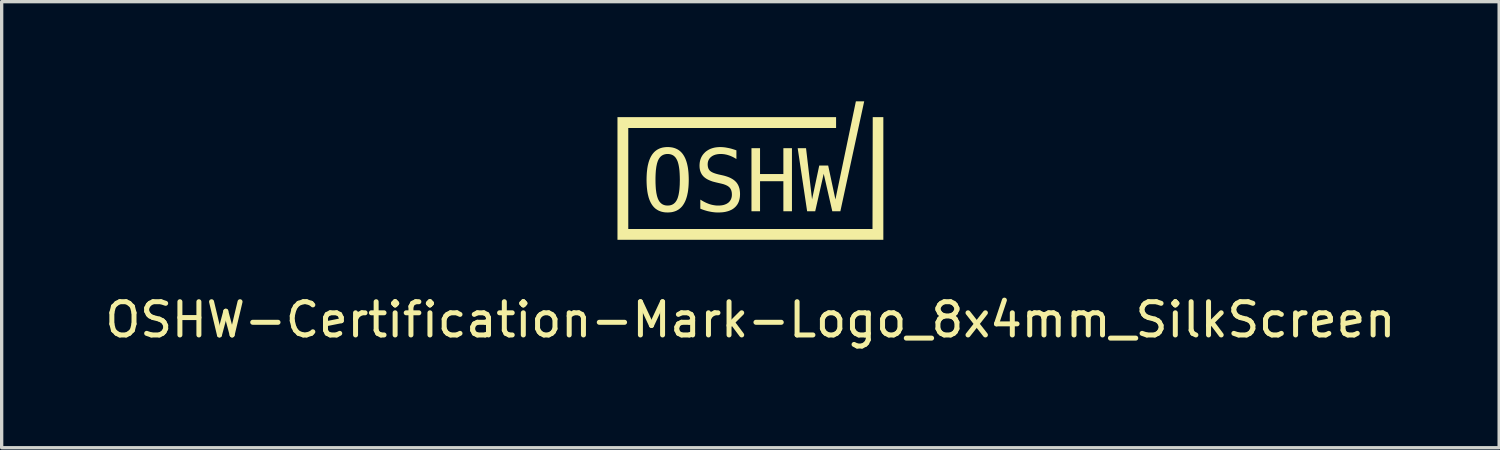
<source format=kicad_pcb>
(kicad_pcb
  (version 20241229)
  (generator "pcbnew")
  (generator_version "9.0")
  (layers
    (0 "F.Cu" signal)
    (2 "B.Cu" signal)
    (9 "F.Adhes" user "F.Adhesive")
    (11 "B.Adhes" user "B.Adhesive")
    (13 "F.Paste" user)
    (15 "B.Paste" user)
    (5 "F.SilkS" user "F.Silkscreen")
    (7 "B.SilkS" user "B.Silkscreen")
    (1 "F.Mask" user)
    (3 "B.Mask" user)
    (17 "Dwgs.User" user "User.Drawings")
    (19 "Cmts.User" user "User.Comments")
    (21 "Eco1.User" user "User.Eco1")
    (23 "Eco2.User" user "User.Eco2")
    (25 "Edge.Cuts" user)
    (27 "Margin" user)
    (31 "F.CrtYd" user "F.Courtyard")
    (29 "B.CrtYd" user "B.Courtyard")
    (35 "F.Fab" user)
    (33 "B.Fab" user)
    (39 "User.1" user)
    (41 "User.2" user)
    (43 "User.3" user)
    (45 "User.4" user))
  (footprint "OSHW-Certification-Mark-Logo_8x4mm_SilkScreen"
    (layer "F.Cu")
    (at 19.53 2.074)
    (property "Reference" "OSHW-Certification-Mark-Logo_8x4mm_SilkScreen" (at 0 4.5 0) (unlocked yes) (layer "F.SilkS") (effects (font (size 1 1) (thickness 0.15))))
    (attr board_only exclude_from_pos_files exclude_from_bom allow_missing_courtyard)
    (fp_poly (pts (xy -1.855 0.286) (xy -1.855 0.286) (xy -1.855 0.286)) (stroke (width 0) (type solid)) (fill yes) (layer "F.SilkS"))
    (fp_poly (pts (xy -0.421 -0.6) (xy -0.421 -0.6) (xy -0.421 -0.6)) (stroke (width 0) (type solid)) (fill yes) (layer "F.SilkS"))
    (fp_poly (pts (xy 4 2.091) (xy -4 2.091) (xy -4 -1.599) (xy 2.578 -1.599) (xy 2.578 -1.273) (xy -3.675 -1.273) (xy -3.675 1.766) (xy 3.674 1.766) (xy 3.681 -1.599) (xy 4 -1.599)) (stroke (width 0) (type solid)) (fill yes) (layer "F.SilkS"))
    (fp_poly (pts (xy 0.29 0.113) (xy 0.992 0.113) (xy 0.992 -0.665) (xy 1.25 -0.665) (xy 1.25 1.233) (xy 0.992 1.233) (xy 0.992 0.329) (xy 0.29 0.329) (xy 0.29 1.233) (xy 0.032 1.233) (xy 0.032 -0.665) (xy 0.29 -0.665)) (stroke (width 0) (type solid)) (fill yes) (layer "F.SilkS"))
    (fp_poly (pts (xy 2.707 1.233) (xy 2.464 1.233) (xy 2.206 0.105) (xy 1.95 1.233) (xy 1.707 1.233) (xy 1.423 -0.665) (xy 1.674 -0.665) (xy 1.855 0.875) (xy 2.072 -0.144) (xy 2.34 -0.144) (xy 2.558 0.878) (xy 3.174 -2.074) (xy 3.424 -2.074)) (stroke (width 0) (type solid)) (fill yes) (layer "F.SilkS"))
    (fp_poly (pts (xy -2.451 -0.698) (xy -2.413 -0.695) (xy -2.376 -0.69) (xy -2.34 -0.684) (xy -2.306 -0.675) (xy -2.273 -0.665) (xy -2.241 -0.652) (xy -2.21 -0.638) (xy -2.181 -0.622) (xy -2.153 -0.604) (xy -2.127 -0.584) (xy -2.101 -0.562) (xy -2.077 -0.538) (xy -2.054 -0.512) (xy -2.033 -0.485) (xy -2.013 -0.455) (xy -1.994 -0.424) (xy -1.976 -0.39) (xy -1.959 -0.355) (xy -1.944 -0.317) (xy -1.93 -0.278) (xy -1.917 -0.236) (xy -1.905 -0.193) (xy -1.895 -0.148) (xy -1.885 -0.101) (xy -1.877 -0.051) (xy -1.871 -0.000033) (xy -1.865 0.053) (xy -1.861 0.108) (xy -1.858 0.166) (xy -1.856 0.225) (xy -1.855 0.286) (xy -1.856 0.347) (xy -1.858 0.406) (xy -1.861 0.463) (xy -1.865 0.518) (xy -1.871 0.571) (xy -1.877 0.622) (xy -1.885 0.671) (xy -1.895 0.718) (xy -1.905 0.764) (xy -1.917 0.807) (xy -1.93 0.848) (xy -1.944 0.888) (xy -1.959 0.925) (xy -1.976 0.96) (xy -1.994 0.994) (xy -2.013 1.025) (xy -2.023 1.04) (xy -2.033 1.055) (xy -2.044 1.069) (xy -2.054 1.083) (xy -2.066 1.096) (xy -2.077 1.108) (xy -2.089 1.12) (xy -2.101 1.132) (xy -2.114 1.143) (xy -2.127 1.154) (xy -2.14 1.164) (xy -2.153 1.174) (xy -2.167 1.183) (xy -2.181 1.192) (xy -2.196 1.2) (xy -2.21 1.208) (xy -2.225 1.216) (xy -2.241 1.223) (xy -2.257 1.229) (xy -2.273 1.235) (xy -2.289 1.24) (xy -2.306 1.245) (xy -2.323 1.25) (xy -2.34 1.254) (xy -2.358 1.258) (xy -2.376 1.261) (xy -2.413 1.265) (xy -2.451 1.268) (xy -2.491 1.269) (xy -2.53 1.268) (xy -2.568 1.266) (xy -2.605 1.261) (xy -2.641 1.254) (xy -2.675 1.246) (xy -2.708 1.235) (xy -2.74 1.223) (xy -2.771 1.209) (xy -2.8 1.192) (xy -2.828 1.174) (xy -2.855 1.155) (xy -2.88 1.133) (xy -2.904 1.109) (xy -2.927 1.083) (xy -2.948 1.056) (xy -2.968 1.027) (xy -2.987 0.995) (xy -3.005 0.962) (xy -3.021 0.927) (xy -3.037 0.889) (xy -3.051 0.85) (xy -3.064 0.809) (xy -3.075 0.765) (xy -3.086 0.72) (xy -3.095 0.673) (xy -3.103 0.623) (xy -3.109 0.572) (xy -3.115 0.519) (xy -3.119 0.464) (xy -3.122 0.406) (xy -3.124 0.347) (xy -3.125 0.286) (xy -2.856 0.286) (xy -2.855 0.386) (xy -2.851 0.479) (xy -2.845 0.565) (xy -2.835 0.643) (xy -2.83 0.679) (xy -2.823 0.714) (xy -2.816 0.747) (xy -2.809 0.777) (xy -2.8 0.806) (xy -2.791 0.833) (xy -2.782 0.858) (xy -2.771 0.882) (xy -2.76 0.903) (xy -2.754 0.914) (xy -2.748 0.924) (xy -2.742 0.933) (xy -2.735 0.943) (xy -2.728 0.952) (xy -2.721 0.96) (xy -2.714 0.968) (xy -2.707 0.976) (xy -2.699 0.984) (xy -2.691 0.991) (xy -2.683 0.998) (xy -2.675 1.004) (xy -2.667 1.01) (xy -2.658 1.016) (xy -2.649 1.022) (xy -2.64 1.027) (xy -2.631 1.031) (xy -2.621 1.036) (xy -2.611 1.04) (xy -2.602 1.043) (xy -2.591 1.047) (xy -2.581 1.05) (xy -2.57 1.052) (xy -2.56 1.055) (xy -2.549 1.057) (xy -2.537 1.058) (xy -2.526 1.059) (xy -2.514 1.06) (xy -2.491 1.061) (xy -2.467 1.06) (xy -2.443 1.058) (xy -2.421 1.055) (xy -2.4 1.05) (xy -2.379 1.044) (xy -2.359 1.036) (xy -2.34 1.027) (xy -2.322 1.016) (xy -2.305 1.005) (xy -2.289 0.991) (xy -2.274 0.977) (xy -2.259 0.961) (xy -2.246 0.943) (xy -2.233 0.925) (xy -2.221 0.905) (xy -2.21 0.883) (xy -2.199 0.86) (xy -2.189 0.834) (xy -2.18 0.807) (xy -2.172 0.778) (xy -2.164 0.748) (xy -2.157 0.715) (xy -2.151 0.681) (xy -2.145 0.644) (xy -2.14 0.606) (xy -2.135 0.566) (xy -2.132 0.524) (xy -2.129 0.48) (xy -2.126 0.434) (xy -2.125 0.387) (xy -2.124 0.337) (xy -2.123 0.286) (xy -2.125 0.185) (xy -2.129 0.092) (xy -2.135 0.006) (xy -2.145 -0.073) (xy -2.151 -0.109) (xy -2.157 -0.143) (xy -2.164 -0.176) (xy -2.172 -0.207) (xy -2.18 -0.236) (xy -2.189 -0.263) (xy -2.199 -0.288) (xy -2.21 -0.311) (xy -2.221 -0.333) (xy -2.227 -0.343) (xy -2.233 -0.353) (xy -2.239 -0.363) (xy -2.246 -0.372) (xy -2.252 -0.381) (xy -2.259 -0.39) (xy -2.266 -0.398) (xy -2.274 -0.406) (xy -2.281 -0.413) (xy -2.289 -0.421) (xy -2.297 -0.427) (xy -2.305 -0.434) (xy -2.314 -0.44) (xy -2.322 -0.446) (xy -2.331 -0.451) (xy -2.34 -0.456) (xy -2.35 -0.461) (xy -2.359 -0.465) (xy -2.369 -0.469) (xy -2.379 -0.473) (xy -2.389 -0.476) (xy -2.4 -0.479) (xy -2.41 -0.482) (xy -2.421 -0.484) (xy -2.432 -0.486) (xy -2.443 -0.488) (xy -2.455 -0.489) (xy -2.467 -0.49) (xy -2.491 -0.491) (xy -2.514 -0.49) (xy -2.537 -0.488) (xy -2.56 -0.484) (xy -2.581 -0.479) (xy -2.601 -0.473) (xy -2.621 -0.465) (xy -2.64 -0.456) (xy -2.658 -0.446) (xy -2.675 -0.434) (xy -2.691 -0.421) (xy -2.707 -0.406) (xy -2.721 -0.39) (xy -2.735 -0.372) (xy -2.748 -0.353) (xy -2.76 -0.333) (xy -2.771 -0.311) (xy -2.782 -0.288) (xy -2.791 -0.263) (xy -2.8 -0.236) (xy -2.809 -0.207) (xy -2.816 -0.176) (xy -2.823 -0.143) (xy -2.83 -0.109) (xy -2.835 -0.073) (xy -2.84 -0.034) (xy -2.845 0.006) (xy -2.848 0.048) (xy -2.851 0.092) (xy -2.853 0.137) (xy -2.855 0.185) (xy -2.856 0.234) (xy -2.856 0.286) (xy -3.125 0.286) (xy -3.125 0.286) (xy -3.124 0.225) (xy -3.122 0.166) (xy -3.119 0.108) (xy -3.115 0.053) (xy -3.109 -0.000033) (xy -3.103 -0.051) (xy -3.095 -0.101) (xy -3.086 -0.148) (xy -3.075 -0.193) (xy -3.064 -0.236) (xy -3.051 -0.278) (xy -3.037 -0.317) (xy -3.021 -0.355) (xy -3.005 -0.39) (xy -2.987 -0.424) (xy -2.968 -0.455) (xy -2.958 -0.47) (xy -2.948 -0.485) (xy -2.937 -0.499) (xy -2.926 -0.512) (xy -2.915 -0.525) (xy -2.904 -0.538) (xy -2.892 -0.55) (xy -2.879 -0.562) (xy -2.867 -0.573) (xy -2.854 -0.584) (xy -2.841 -0.594) (xy -2.827 -0.604) (xy -2.813 -0.613) (xy -2.799 -0.622) (xy -2.785 -0.63) (xy -2.77 -0.638) (xy -2.755 -0.645) (xy -2.74 -0.652) (xy -2.724 -0.659) (xy -2.708 -0.665) (xy -2.691 -0.67) (xy -2.675 -0.675) (xy -2.658 -0.68) (xy -2.64 -0.684) (xy -2.605 -0.69) (xy -2.568 -0.695) (xy -2.53 -0.698) (xy -2.491 -0.699)) (stroke (width 0) (type solid)) (fill yes) (layer "F.SilkS"))
    (fp_poly (pts (xy -0.878 -0.698) (xy -0.85 -0.697) (xy -0.822 -0.695) (xy -0.793 -0.692) (xy -0.765 -0.689) (xy -0.735 -0.684) (xy -0.706 -0.679) (xy -0.676 -0.673) (xy -0.645 -0.667) (xy -0.614 -0.66) (xy -0.583 -0.652) (xy -0.552 -0.643) (xy -0.52 -0.633) (xy -0.487 -0.623) (xy -0.455 -0.612) (xy -0.421 -0.6) (xy -0.421 -0.339) (xy -0.451 -0.357) (xy -0.48 -0.374) (xy -0.509 -0.39) (xy -0.539 -0.405) (xy -0.568 -0.418) (xy -0.598 -0.431) (xy -0.627 -0.442) (xy -0.657 -0.452) (xy -0.686 -0.461) (xy -0.715 -0.469) (xy -0.745 -0.475) (xy -0.774 -0.481) (xy -0.804 -0.485) (xy -0.833 -0.488) (xy -0.863 -0.49) (xy -0.893 -0.49) (xy -0.915 -0.49) (xy -0.937 -0.489) (xy -0.958 -0.487) (xy -0.979 -0.485) (xy -0.999 -0.482) (xy -1.018 -0.478) (xy -1.037 -0.474) (xy -1.056 -0.469) (xy -1.073 -0.463) (xy -1.09 -0.457) (xy -1.107 -0.45) (xy -1.123 -0.442) (xy -1.138 -0.434) (xy -1.153 -0.425) (xy -1.167 -0.415) (xy -1.18 -0.405) (xy -1.193 -0.394) (xy -1.205 -0.383) (xy -1.216 -0.372) (xy -1.226 -0.359) (xy -1.236 -0.347) (xy -1.244 -0.334) (xy -1.252 -0.32) (xy -1.259 -0.306) (xy -1.265 -0.292) (xy -1.271 -0.277) (xy -1.275 -0.262) (xy -1.279 -0.246) (xy -1.282 -0.229) (xy -1.284 -0.213) (xy -1.285 -0.195) (xy -1.286 -0.178) (xy -1.285 -0.162) (xy -1.284 -0.147) (xy -1.283 -0.133) (xy -1.281 -0.119) (xy -1.279 -0.105) (xy -1.276 -0.092) (xy -1.272 -0.079) (xy -1.268 -0.067) (xy -1.264 -0.055) (xy -1.259 -0.044) (xy -1.253 -0.033) (xy -1.247 -0.023) (xy -1.24 -0.013) (xy -1.233 -0.003) (xy -1.225 0.006) (xy -1.217 0.014) (xy -1.208 0.022) (xy -1.198 0.03) (xy -1.187 0.038) (xy -1.175 0.046) (xy -1.162 0.053) (xy -1.148 0.061) (xy -1.133 0.068) (xy -1.117 0.075) (xy -1.101 0.082) (xy -1.083 0.088) (xy -1.064 0.095) (xy -1.045 0.101) (xy -1.025 0.107) (xy -1.003 0.113) (xy -0.981 0.119) (xy -0.958 0.125) (xy -0.823 0.155) (xy -0.79 0.163) (xy -0.759 0.172) (xy -0.728 0.181) (xy -0.699 0.191) (xy -0.67 0.201) (xy -0.643 0.212) (xy -0.617 0.223) (xy -0.592 0.235) (xy -0.569 0.248) (xy -0.546 0.261) (xy -0.525 0.274) (xy -0.504 0.289) (xy -0.485 0.303) (xy -0.467 0.319) (xy -0.45 0.335) (xy -0.434 0.351) (xy -0.419 0.368) (xy -0.406 0.386) (xy -0.393 0.404) (xy -0.381 0.424) (xy -0.37 0.444) (xy -0.36 0.465) (xy -0.351 0.486) (xy -0.343 0.508) (xy -0.336 0.532) (xy -0.329 0.555) (xy -0.324 0.58) (xy -0.32 0.605) (xy -0.317 0.631) (xy -0.314 0.658) (xy -0.313 0.686) (xy -0.312 0.714) (xy -0.313 0.748) (xy -0.315 0.78) (xy -0.318 0.811) (xy -0.323 0.842) (xy -0.329 0.871) (xy -0.336 0.899) (xy -0.344 0.927) (xy -0.354 0.953) (xy -0.365 0.978) (xy -0.378 1.003) (xy -0.391 1.026) (xy -0.407 1.048) (xy -0.423 1.069) (xy -0.441 1.09) (xy -0.46 1.109) (xy -0.48 1.127) (xy -0.502 1.145) (xy -0.524 1.161) (xy -0.548 1.176) (xy -0.573 1.19) (xy -0.6 1.202) (xy -0.627 1.214) (xy -0.656 1.225) (xy -0.686 1.234) (xy -0.717 1.242) (xy -0.749 1.25) (xy -0.783 1.256) (xy -0.817 1.261) (xy -0.853 1.265) (xy -0.89 1.267) (xy -0.928 1.269) (xy -0.968 1.27) (xy -1.001 1.269) (xy -1.035 1.268) (xy -1.068 1.266) (xy -1.102 1.262) (xy -1.135 1.258) (xy -1.169 1.253) (xy -1.202 1.247) (xy -1.236 1.24) (xy -1.27 1.233) (xy -1.303 1.225) (xy -1.337 1.215) (xy -1.371 1.205) (xy -1.405 1.194) (xy -1.439 1.182) (xy -1.473 1.169) (xy -1.507 1.155) (xy -1.507 0.882) (xy -1.47 0.904) (xy -1.435 0.925) (xy -1.399 0.945) (xy -1.365 0.962) (xy -1.33 0.979) (xy -1.297 0.993) (xy -1.264 1.006) (xy -1.231 1.018) (xy -1.198 1.028) (xy -1.165 1.037) (xy -1.133 1.044) (xy -1.1 1.05) (xy -1.067 1.055) (xy -1.034 1.059) (xy -1.001 1.061) (xy -0.968 1.061) (xy -0.944 1.061) (xy -0.921 1.06) (xy -0.898 1.058) (xy -0.876 1.056) (xy -0.855 1.053) (xy -0.834 1.049) (xy -0.814 1.045) (xy -0.795 1.04) (xy -0.777 1.034) (xy -0.759 1.027) (xy -0.741 1.02) (xy -0.725 1.013) (xy -0.709 1.004) (xy -0.694 0.995) (xy -0.679 0.985) (xy -0.665 0.975) (xy -0.652 0.964) (xy -0.64 0.952) (xy -0.629 0.94) (xy -0.618 0.927) (xy -0.609 0.913) (xy -0.6 0.899) (xy -0.592 0.885) (xy -0.584 0.87) (xy -0.578 0.854) (xy -0.573 0.838) (xy -0.568 0.822) (xy -0.564 0.805) (xy -0.561 0.787) (xy -0.559 0.769) (xy -0.558 0.75) (xy -0.557 0.731) (xy -0.558 0.713) (xy -0.559 0.696) (xy -0.56 0.68) (xy -0.562 0.664) (xy -0.565 0.648) (xy -0.568 0.634) (xy -0.572 0.619) (xy -0.576 0.605) (xy -0.581 0.592) (xy -0.587 0.579) (xy -0.593 0.567) (xy -0.6 0.555) (xy -0.607 0.544) (xy -0.615 0.533) (xy -0.623 0.523) (xy -0.632 0.514) (xy -0.642 0.504) (xy -0.653 0.495) (xy -0.664 0.487) (xy -0.676 0.478) (xy -0.689 0.47) (xy -0.703 0.462) (xy -0.718 0.455) (xy -0.734 0.447) (xy -0.75 0.44) (xy -0.768 0.433) (xy -0.786 0.427) (xy -0.805 0.42) (xy -0.825 0.414) (xy -0.846 0.409) (xy -0.868 0.403) (xy -0.89 0.398) (xy -1.028 0.366) (xy -1.06 0.358) (xy -1.091 0.35) (xy -1.122 0.342) (xy -1.151 0.333) (xy -1.179 0.323) (xy -1.205 0.313) (xy -1.231 0.302) (xy -1.256 0.291) (xy -1.279 0.28) (xy -1.301 0.268) (xy -1.323 0.255) (xy -1.343 0.242) (xy -1.361 0.229) (xy -1.379 0.215) (xy -1.396 0.201) (xy -1.411 0.186) (xy -1.426 0.17) (xy -1.439 0.154) (xy -1.452 0.138) (xy -1.464 0.12) (xy -1.474 0.102) (xy -1.484 0.084) (xy -1.493 0.064) (xy -1.501 0.044) (xy -1.508 0.024) (xy -1.514 0.003) (xy -1.519 -0.019) (xy -1.523 -0.042) (xy -1.527 -0.065) (xy -1.529 -0.089) (xy -1.53 -0.113) (xy -1.531 -0.138) (xy -1.53 -0.17) (xy -1.528 -0.2) (xy -1.525 -0.23) (xy -1.52 -0.259) (xy -1.514 -0.287) (xy -1.507 -0.315) (xy -1.498 -0.341) (xy -1.488 -0.367) (xy -1.477 -0.392) (xy -1.464 -0.416) (xy -1.45 -0.44) (xy -1.435 -0.462) (xy -1.418 -0.484) (xy -1.4 -0.505) (xy -1.381 -0.525) (xy -1.361 -0.545) (xy -1.339 -0.564) (xy -1.316 -0.581) (xy -1.292 -0.597) (xy -1.268 -0.612) (xy -1.242 -0.626) (xy -1.216 -0.639) (xy -1.189 -0.65) (xy -1.161 -0.66) (xy -1.132 -0.669) (xy -1.102 -0.677) (xy -1.072 -0.684) (xy -1.04 -0.689) (xy -1.008 -0.693) (xy -0.975 -0.696) (xy -0.941 -0.698) (xy -0.906 -0.699)) (stroke (width 0) (type solid)) (fill yes) (layer "F.SilkS")))
  (gr_rect
    (start -3 -3)
    (end 42.06 10.422)
    (stroke (width 0.1) (type default))
    (fill no)
    (layer "Edge.Cuts")))
</source>
